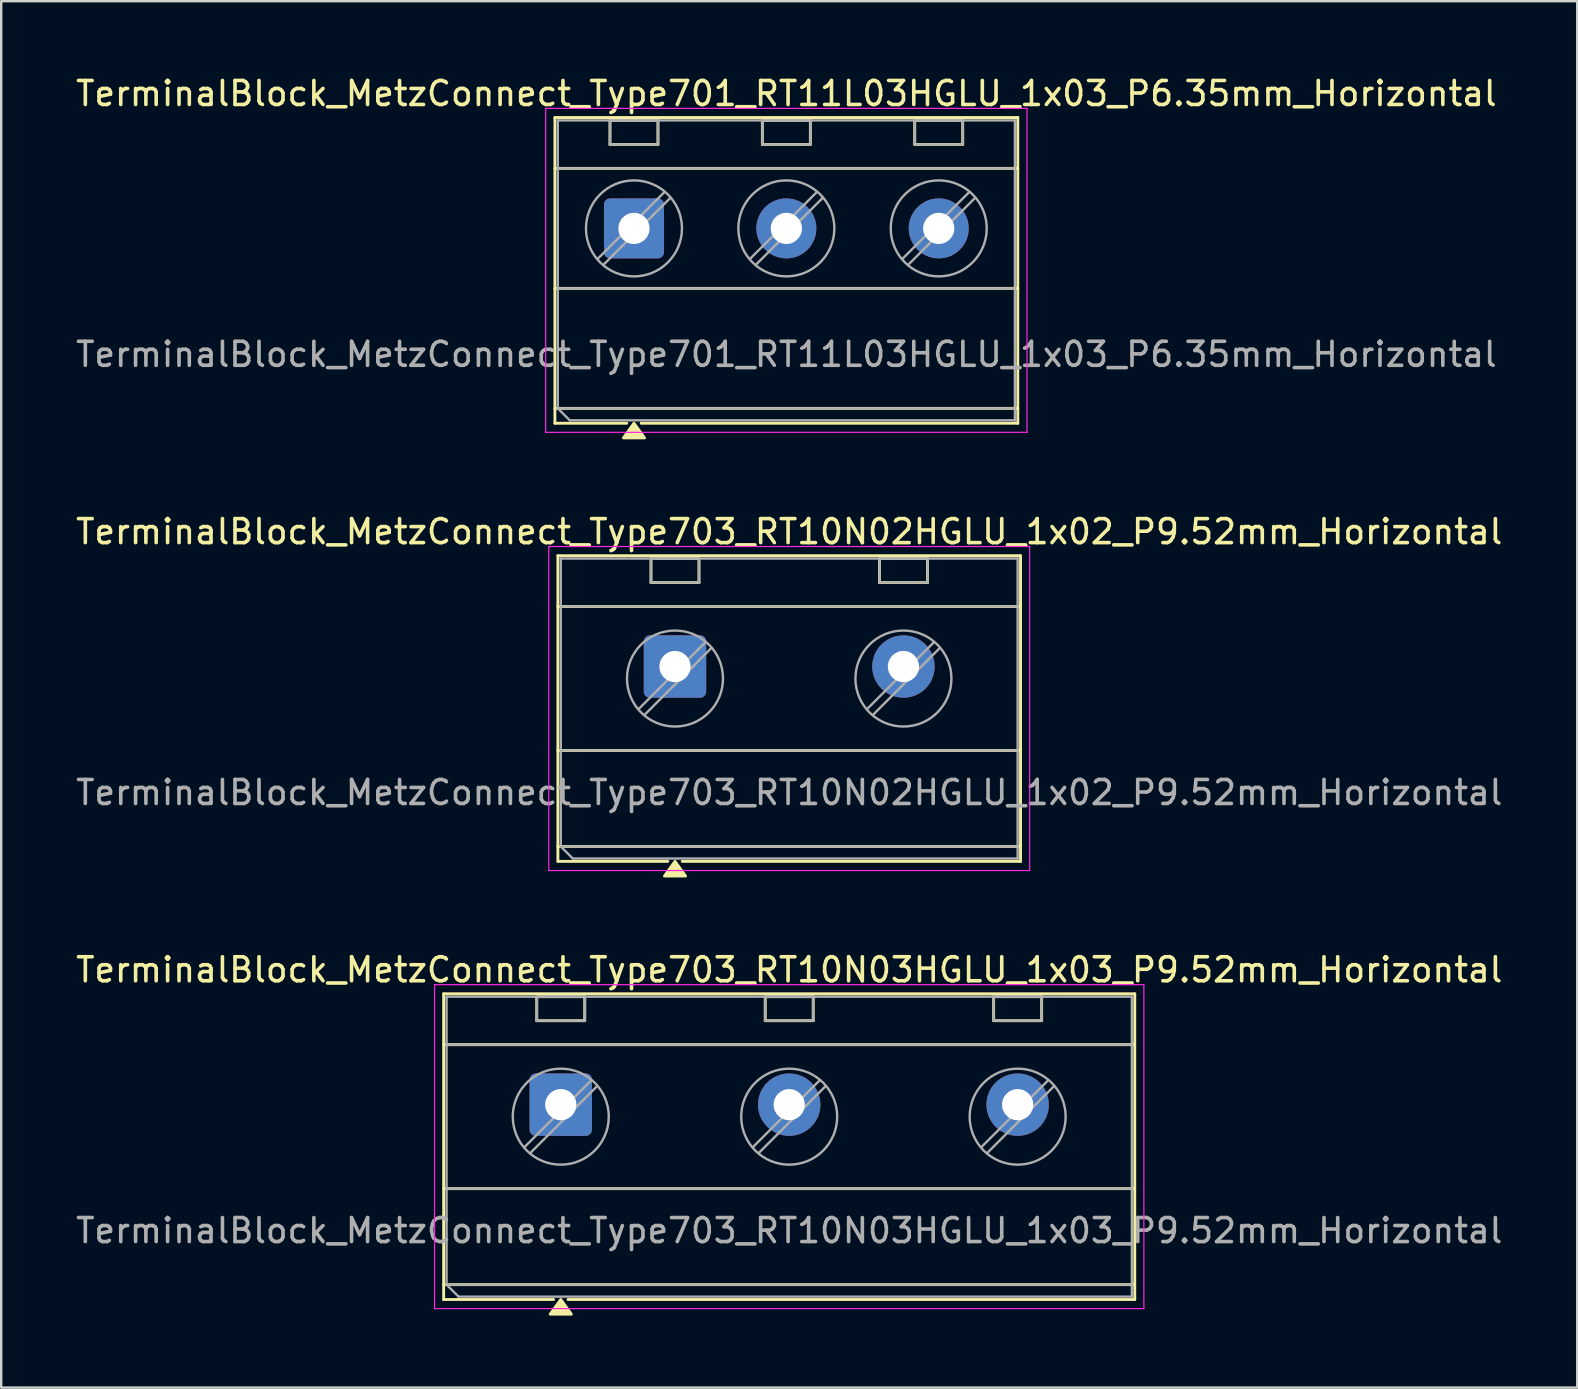
<source format=kicad_pcb>
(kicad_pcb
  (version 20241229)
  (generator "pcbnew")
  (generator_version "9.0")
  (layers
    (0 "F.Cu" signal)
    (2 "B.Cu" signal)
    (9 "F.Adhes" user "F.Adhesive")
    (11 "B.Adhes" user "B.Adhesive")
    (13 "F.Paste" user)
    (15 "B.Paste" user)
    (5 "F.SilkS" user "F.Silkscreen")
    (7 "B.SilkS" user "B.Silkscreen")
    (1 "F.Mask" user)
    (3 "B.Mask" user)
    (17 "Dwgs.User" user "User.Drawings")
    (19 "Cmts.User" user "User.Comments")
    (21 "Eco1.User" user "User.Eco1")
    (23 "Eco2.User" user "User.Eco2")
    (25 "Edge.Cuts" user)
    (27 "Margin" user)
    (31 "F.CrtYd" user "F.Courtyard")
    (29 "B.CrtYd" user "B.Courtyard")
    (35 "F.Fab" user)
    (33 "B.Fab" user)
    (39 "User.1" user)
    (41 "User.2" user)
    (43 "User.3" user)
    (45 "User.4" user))
  (footprint "TerminalBlock_MetzConnect_Type703_RT10N03HGLU_1x03_P9.52mm_Horizontal"
    (layer "F.Cu")
    (at 20.319 42.985)
    (property "Reference" "TerminalBlock_MetzConnect_Type703_RT10N03HGLU_1x03_P9.52mm_Horizontal" (at 9.52 -5.62 0) (layer "F.SilkS") (effects (font (size 1 1) (thickness 0.15))))
    (attr through_hole)
    (fp_line (start -4.88 -4.62) (end -4.88 8.12) (stroke (width 0.12) (type solid)) (layer "F.SilkS"))
    (fp_line (start -4.88 -4.62) (end 23.92 -4.62) (stroke (width 0.12) (type solid)) (layer "F.SilkS"))
    (fp_line (start -4.88 -2.5) (end 23.92 -2.5) (stroke (width 0.12) (type solid)) (layer "F.SilkS"))
    (fp_line (start -4.88 3.5) (end 23.92 3.5) (stroke (width 0.12) (type solid)) (layer "F.SilkS"))
    (fp_line (start -4.88 7.5) (end 23.92 7.5) (stroke (width 0.12) (type solid)) (layer "F.SilkS"))
    (fp_line (start -4.88 8.12) (end -0.3 8.12) (stroke (width 0.12) (type solid)) (layer "F.SilkS"))
    (fp_line (start -1 -4.5) (end -1 -3.5) (stroke (width 0.12) (type solid)) (layer "F.SilkS"))
    (fp_line (start -1 -4.5) (end 1 -4.5) (stroke (width 0.12) (type solid)) (layer "F.SilkS"))
    (fp_line (start -1 -3.5) (end 1 -3.5) (stroke (width 0.12) (type solid)) (layer "F.SilkS"))
    (fp_line (start 0.3 8.12) (end 23.92 8.12) (stroke (width 0.12) (type solid)) (layer "F.SilkS"))
    (fp_line (start 1 -4.5) (end 1 -3.5) (stroke (width 0.12) (type solid)) (layer "F.SilkS"))
    (fp_line (start 8.52 -4.5) (end 8.52 -3.5) (stroke (width 0.12) (type solid)) (layer "F.SilkS"))
    (fp_line (start 8.52 -4.5) (end 10.52 -4.5) (stroke (width 0.12) (type solid)) (layer "F.SilkS"))
    (fp_line (start 8.52 -3.5) (end 10.52 -3.5) (stroke (width 0.12) (type solid)) (layer "F.SilkS"))
    (fp_line (start 10.52 -4.5) (end 10.52 -3.5) (stroke (width 0.12) (type solid)) (layer "F.SilkS"))
    (fp_line (start 18.04 -4.5) (end 18.04 -3.5) (stroke (width 0.12) (type solid)) (layer "F.SilkS"))
    (fp_line (start 18.04 -4.5) (end 20.04 -4.5) (stroke (width 0.12) (type solid)) (layer "F.SilkS"))
    (fp_line (start 18.04 -3.5) (end 20.04 -3.5) (stroke (width 0.12) (type solid)) (layer "F.SilkS"))
    (fp_line (start 20.04 -4.5) (end 20.04 -3.5) (stroke (width 0.12) (type solid)) (layer "F.SilkS"))
    (fp_line (start 23.92 -4.62) (end 23.92 8.12) (stroke (width 0.12) (type solid)) (layer "F.SilkS"))
    (fp_poly (pts (xy 0 8.12) (xy 0.44 8.73) (xy -0.44 8.73)) (stroke (width 0.12) (type solid)) (fill yes) (layer "F.SilkS"))
    (fp_line (start -5.26 -5) (end -5.26 8.5) (stroke (width 0.05) (type solid)) (layer "F.CrtYd"))
    (fp_line (start -5.26 8.5) (end 24.3 8.5) (stroke (width 0.05) (type solid)) (layer "F.CrtYd"))
    (fp_line (start 24.3 -5) (end -5.26 -5) (stroke (width 0.05) (type solid)) (layer "F.CrtYd"))
    (fp_line (start 24.3 8.5) (end 24.3 -5) (stroke (width 0.05) (type solid)) (layer "F.CrtYd"))
    (fp_line (start -4.76 -4.5) (end 23.8 -4.5) (stroke (width 0.1) (type solid)) (layer "F.Fab"))
    (fp_line (start -4.76 -2.5) (end 23.8 -2.5) (stroke (width 0.1) (type solid)) (layer "F.Fab"))
    (fp_line (start -4.76 3.5) (end 23.8 3.5) (stroke (width 0.1) (type solid)) (layer "F.Fab"))
    (fp_line (start -4.76 7.5) (end -4.76 -4.5) (stroke (width 0.1) (type solid)) (layer "F.Fab"))
    (fp_line (start -4.76 7.5) (end 23.8 7.5) (stroke (width 0.1) (type solid)) (layer "F.Fab"))
    (fp_line (start -4.26 8) (end -4.76 7.5) (stroke (width 0.1) (type solid)) (layer "F.Fab"))
    (fp_line (start -1 -4.5) (end -1 -3.5) (stroke (width 0.1) (type solid)) (layer "F.Fab"))
    (fp_line (start -1 -3.5) (end 1 -3.5) (stroke (width 0.1) (type solid)) (layer "F.Fab"))
    (fp_line (start 1 -4.5) (end -1 -4.5) (stroke (width 0.1) (type solid)) (layer "F.Fab"))
    (fp_line (start 1 -3.5) (end 1 -4.5) (stroke (width 0.1) (type solid)) (layer "F.Fab"))
    (fp_line (start 1.273 -1.017) (end -1.517 1.773) (stroke (width 0.1) (type solid)) (layer "F.Fab"))
    (fp_line (start 1.517 -0.773) (end -1.273 2.017) (stroke (width 0.1) (type solid)) (layer "F.Fab"))
    (fp_line (start 8.52 -4.5) (end 8.52 -3.5) (stroke (width 0.1) (type solid)) (layer "F.Fab"))
    (fp_line (start 8.52 -3.5) (end 10.52 -3.5) (stroke (width 0.1) (type solid)) (layer "F.Fab"))
    (fp_line (start 10.52 -4.5) (end 8.52 -4.5) (stroke (width 0.1) (type solid)) (layer "F.Fab"))
    (fp_line (start 10.52 -3.5) (end 10.52 -4.5) (stroke (width 0.1) (type solid)) (layer "F.Fab"))
    (fp_line (start 10.793 -1.017) (end 8.003 1.773) (stroke (width 0.1) (type solid)) (layer "F.Fab"))
    (fp_line (start 11.037 -0.773) (end 8.247 2.017) (stroke (width 0.1) (type solid)) (layer "F.Fab"))
    (fp_line (start 18.04 -4.5) (end 18.04 -3.5) (stroke (width 0.1) (type solid)) (layer "F.Fab"))
    (fp_line (start 18.04 -3.5) (end 20.04 -3.5) (stroke (width 0.1) (type solid)) (layer "F.Fab"))
    (fp_line (start 20.04 -4.5) (end 18.04 -4.5) (stroke (width 0.1) (type solid)) (layer "F.Fab"))
    (fp_line (start 20.04 -3.5) (end 20.04 -4.5) (stroke (width 0.1) (type solid)) (layer "F.Fab"))
    (fp_line (start 20.313 -1.017) (end 17.523 1.773) (stroke (width 0.1) (type solid)) (layer "F.Fab"))
    (fp_line (start 20.557 -0.773) (end 17.767 2.017) (stroke (width 0.1) (type solid)) (layer "F.Fab"))
    (fp_line (start 23.8 -4.5) (end 23.8 8) (stroke (width 0.1) (type solid)) (layer "F.Fab"))
    (fp_line (start 23.8 8) (end -4.26 8) (stroke (width 0.1) (type solid)) (layer "F.Fab"))
    (fp_circle (center 0 0.5) (end 2 0.5) (stroke (width 0.1) (type solid)) (fill no) (layer "F.Fab"))
    (fp_circle (center 9.52 0.5) (end 11.52 0.5) (stroke (width 0.1) (type solid)) (fill no) (layer "F.Fab"))
    (fp_circle (center 19.04 0.5) (end 21.04 0.5) (stroke (width 0.1) (type solid)) (fill no) (layer "F.Fab"))
    (fp_text user "${REFERENCE}" (at 9.52 5.25 0) (layer "F.Fab") (effects (font (size 1 1) (thickness 0.15))))
    (pad "1" thru_hole roundrect (at 0 0) (size 2.6 2.6) (drill 1.3) (layers "*.Cu" "*.Mask") (roundrect_rratio 0.096))
    (pad "2" thru_hole circle (at 9.52 0) (size 2.6 2.6) (drill 1.3) (layers "*.Cu" "*.Mask"))
    (pad "3" thru_hole circle (at 19.04 0) (size 2.6 2.6) (drill 1.3) (layers "*.Cu" "*.Mask")))
  (footprint "TerminalBlock_MetzConnect_Type701_RT11L03HGLU_1x03_P6.35mm_Horizontal"
    (layer "F.Cu")
    (at 23.37 6.468)
    (property "Reference" "TerminalBlock_MetzConnect_Type701_RT11L03HGLU_1x03_P6.35mm_Horizontal" (at 6.35 -5.62 0) (layer "F.SilkS") (effects (font (size 1 1) (thickness 0.15))))
    (attr through_hole)
    (fp_line (start -3.295 -4.62) (end -3.295 8.12) (stroke (width 0.12) (type solid)) (layer "F.SilkS"))
    (fp_line (start -3.295 -4.62) (end 15.995 -4.62) (stroke (width 0.12) (type solid)) (layer "F.SilkS"))
    (fp_line (start -3.295 -2.5) (end 15.995 -2.5) (stroke (width 0.12) (type solid)) (layer "F.SilkS"))
    (fp_line (start -3.295 2.5) (end 15.995 2.5) (stroke (width 0.12) (type solid)) (layer "F.SilkS"))
    (fp_line (start -3.295 7.5) (end 15.995 7.5) (stroke (width 0.12) (type solid)) (layer "F.SilkS"))
    (fp_line (start -3.295 8.12) (end -0.3 8.12) (stroke (width 0.12) (type solid)) (layer "F.SilkS"))
    (fp_line (start -1 -4.5) (end -1 -3.5) (stroke (width 0.12) (type solid)) (layer "F.SilkS"))
    (fp_line (start -1 -4.5) (end 1 -4.5) (stroke (width 0.12) (type solid)) (layer "F.SilkS"))
    (fp_line (start -1 -3.5) (end 1 -3.5) (stroke (width 0.12) (type solid)) (layer "F.SilkS"))
    (fp_line (start 0.3 8.12) (end 15.995 8.12) (stroke (width 0.12) (type solid)) (layer "F.SilkS"))
    (fp_line (start 1 -4.5) (end 1 -3.5) (stroke (width 0.12) (type solid)) (layer "F.SilkS"))
    (fp_line (start 5.35 -4.5) (end 5.35 -3.5) (stroke (width 0.12) (type solid)) (layer "F.SilkS"))
    (fp_line (start 5.35 -4.5) (end 7.35 -4.5) (stroke (width 0.12) (type solid)) (layer "F.SilkS"))
    (fp_line (start 5.35 -3.5) (end 7.35 -3.5) (stroke (width 0.12) (type solid)) (layer "F.SilkS"))
    (fp_line (start 7.35 -4.5) (end 7.35 -3.5) (stroke (width 0.12) (type solid)) (layer "F.SilkS"))
    (fp_line (start 11.7 -4.5) (end 11.7 -3.5) (stroke (width 0.12) (type solid)) (layer "F.SilkS"))
    (fp_line (start 11.7 -4.5) (end 13.7 -4.5) (stroke (width 0.12) (type solid)) (layer "F.SilkS"))
    (fp_line (start 11.7 -3.5) (end 13.7 -3.5) (stroke (width 0.12) (type solid)) (layer "F.SilkS"))
    (fp_line (start 13.7 -4.5) (end 13.7 -3.5) (stroke (width 0.12) (type solid)) (layer "F.SilkS"))
    (fp_line (start 15.995 -4.62) (end 15.995 8.12) (stroke (width 0.12) (type solid)) (layer "F.SilkS"))
    (fp_poly (pts (xy 0 8.12) (xy 0.44 8.73) (xy -0.44 8.73)) (stroke (width 0.12) (type solid)) (fill yes) (layer "F.SilkS"))
    (fp_line (start -3.68 -5) (end -3.68 8.5) (stroke (width 0.05) (type solid)) (layer "F.CrtYd"))
    (fp_line (start -3.68 8.5) (end 16.38 8.5) (stroke (width 0.05) (type solid)) (layer "F.CrtYd"))
    (fp_line (start 16.38 -5) (end -3.68 -5) (stroke (width 0.05) (type solid)) (layer "F.CrtYd"))
    (fp_line (start 16.38 8.5) (end 16.38 -5) (stroke (width 0.05) (type solid)) (layer "F.CrtYd"))
    (fp_line (start -3.175 -4.5) (end 15.875 -4.5) (stroke (width 0.1) (type solid)) (layer "F.Fab"))
    (fp_line (start -3.175 -2.5) (end 15.875 -2.5) (stroke (width 0.1) (type solid)) (layer "F.Fab"))
    (fp_line (start -3.175 2.5) (end 15.875 2.5) (stroke (width 0.1) (type solid)) (layer "F.Fab"))
    (fp_line (start -3.175 7.5) (end -3.175 -4.5) (stroke (width 0.1) (type solid)) (layer "F.Fab"))
    (fp_line (start -3.175 7.5) (end 15.875 7.5) (stroke (width 0.1) (type solid)) (layer "F.Fab"))
    (fp_line (start -2.675 8) (end -3.175 7.5) (stroke (width 0.1) (type solid)) (layer "F.Fab"))
    (fp_line (start -1 -4.5) (end -1 -3.5) (stroke (width 0.1) (type solid)) (layer "F.Fab"))
    (fp_line (start -1 -3.5) (end 1 -3.5) (stroke (width 0.1) (type solid)) (layer "F.Fab"))
    (fp_line (start 1 -4.5) (end -1 -4.5) (stroke (width 0.1) (type solid)) (layer "F.Fab"))
    (fp_line (start 1 -3.5) (end 1 -4.5) (stroke (width 0.1) (type solid)) (layer "F.Fab"))
    (fp_line (start 1.273 -1.517) (end -1.517 1.273) (stroke (width 0.1) (type solid)) (layer "F.Fab"))
    (fp_line (start 1.517 -1.273) (end -1.273 1.517) (stroke (width 0.1) (type solid)) (layer "F.Fab"))
    (fp_line (start 5.35 -4.5) (end 5.35 -3.5) (stroke (width 0.1) (type solid)) (layer "F.Fab"))
    (fp_line (start 5.35 -3.5) (end 7.35 -3.5) (stroke (width 0.1) (type solid)) (layer "F.Fab"))
    (fp_line (start 7.35 -4.5) (end 5.35 -4.5) (stroke (width 0.1) (type solid)) (layer "F.Fab"))
    (fp_line (start 7.35 -3.5) (end 7.35 -4.5) (stroke (width 0.1) (type solid)) (layer "F.Fab"))
    (fp_line (start 7.623 -1.517) (end 4.833 1.273) (stroke (width 0.1) (type solid)) (layer "F.Fab"))
    (fp_line (start 7.867 -1.273) (end 5.077 1.517) (stroke (width 0.1) (type solid)) (layer "F.Fab"))
    (fp_line (start 11.7 -4.5) (end 11.7 -3.5) (stroke (width 0.1) (type solid)) (layer "F.Fab"))
    (fp_line (start 11.7 -3.5) (end 13.7 -3.5) (stroke (width 0.1) (type solid)) (layer "F.Fab"))
    (fp_line (start 13.7 -4.5) (end 11.7 -4.5) (stroke (width 0.1) (type solid)) (layer "F.Fab"))
    (fp_line (start 13.7 -3.5) (end 13.7 -4.5) (stroke (width 0.1) (type solid)) (layer "F.Fab"))
    (fp_line (start 13.973 -1.517) (end 11.183 1.273) (stroke (width 0.1) (type solid)) (layer "F.Fab"))
    (fp_line (start 14.217 -1.273) (end 11.427 1.517) (stroke (width 0.1) (type solid)) (layer "F.Fab"))
    (fp_line (start 15.875 -4.5) (end 15.875 8) (stroke (width 0.1) (type solid)) (layer "F.Fab"))
    (fp_line (start 15.875 8) (end -2.675 8) (stroke (width 0.1) (type solid)) (layer "F.Fab"))
    (fp_circle (center 0 0) (end 2 0) (stroke (width 0.1) (type solid)) (fill no) (layer "F.Fab"))
    (fp_circle (center 6.35 0) (end 8.35 0) (stroke (width 0.1) (type solid)) (fill no) (layer "F.Fab"))
    (fp_circle (center 12.7 0) (end 14.7 0) (stroke (width 0.1) (type solid)) (fill no) (layer "F.Fab"))
    (fp_text user "${REFERENCE}" (at 6.35 5.25 0) (layer "F.Fab") (effects (font (size 1 1) (thickness 0.15))))
    (pad "1" thru_hole roundrect (at 0 0) (size 2.5 2.5) (drill 1.3) (layers "*.Cu" "*.Mask") (roundrect_rratio 0.1))
    (pad "2" thru_hole circle (at 6.35 0) (size 2.5 2.5) (drill 1.3) (layers "*.Cu" "*.Mask"))
    (pad "3" thru_hole circle (at 12.7 0) (size 2.5 2.5) (drill 1.3) (layers "*.Cu" "*.Mask")))
  (footprint "TerminalBlock_MetzConnect_Type703_RT10N02HGLU_1x02_P9.52mm_Horizontal"
    (layer "F.Cu")
    (at 25.079 24.727)
    (property "Reference" "TerminalBlock_MetzConnect_Type703_RT10N02HGLU_1x02_P9.52mm_Horizontal" (at 4.76 -5.62 0) (layer "F.SilkS") (effects (font (size 1 1) (thickness 0.15))))
    (attr through_hole)
    (fp_line (start -4.88 -4.62) (end -4.88 8.12) (stroke (width 0.12) (type solid)) (layer "F.SilkS"))
    (fp_line (start -4.88 -4.62) (end 14.4 -4.62) (stroke (width 0.12) (type solid)) (layer "F.SilkS"))
    (fp_line (start -4.88 -2.5) (end 14.4 -2.5) (stroke (width 0.12) (type solid)) (layer "F.SilkS"))
    (fp_line (start -4.88 3.5) (end 14.4 3.5) (stroke (width 0.12) (type solid)) (layer "F.SilkS"))
    (fp_line (start -4.88 7.5) (end 14.4 7.5) (stroke (width 0.12) (type solid)) (layer "F.SilkS"))
    (fp_line (start -4.88 8.12) (end -0.3 8.12) (stroke (width 0.12) (type solid)) (layer "F.SilkS"))
    (fp_line (start -1 -4.5) (end -1 -3.5) (stroke (width 0.12) (type solid)) (layer "F.SilkS"))
    (fp_line (start -1 -4.5) (end 1 -4.5) (stroke (width 0.12) (type solid)) (layer "F.SilkS"))
    (fp_line (start -1 -3.5) (end 1 -3.5) (stroke (width 0.12) (type solid)) (layer "F.SilkS"))
    (fp_line (start 0.3 8.12) (end 14.4 8.12) (stroke (width 0.12) (type solid)) (layer "F.SilkS"))
    (fp_line (start 1 -4.5) (end 1 -3.5) (stroke (width 0.12) (type solid)) (layer "F.SilkS"))
    (fp_line (start 8.52 -4.5) (end 8.52 -3.5) (stroke (width 0.12) (type solid)) (layer "F.SilkS"))
    (fp_line (start 8.52 -4.5) (end 10.52 -4.5) (stroke (width 0.12) (type solid)) (layer "F.SilkS"))
    (fp_line (start 8.52 -3.5) (end 10.52 -3.5) (stroke (width 0.12) (type solid)) (layer "F.SilkS"))
    (fp_line (start 10.52 -4.5) (end 10.52 -3.5) (stroke (width 0.12) (type solid)) (layer "F.SilkS"))
    (fp_line (start 14.4 -4.62) (end 14.4 8.12) (stroke (width 0.12) (type solid)) (layer "F.SilkS"))
    (fp_poly (pts (xy 0 8.12) (xy 0.44 8.73) (xy -0.44 8.73)) (stroke (width 0.12) (type solid)) (fill yes) (layer "F.SilkS"))
    (fp_line (start -5.26 -5) (end -5.26 8.5) (stroke (width 0.05) (type solid)) (layer "F.CrtYd"))
    (fp_line (start -5.26 8.5) (end 14.78 8.5) (stroke (width 0.05) (type solid)) (layer "F.CrtYd"))
    (fp_line (start 14.78 -5) (end -5.26 -5) (stroke (width 0.05) (type solid)) (layer "F.CrtYd"))
    (fp_line (start 14.78 8.5) (end 14.78 -5) (stroke (width 0.05) (type solid)) (layer "F.CrtYd"))
    (fp_line (start -4.76 -4.5) (end 14.28 -4.5) (stroke (width 0.1) (type solid)) (layer "F.Fab"))
    (fp_line (start -4.76 -2.5) (end 14.28 -2.5) (stroke (width 0.1) (type solid)) (layer "F.Fab"))
    (fp_line (start -4.76 3.5) (end 14.28 3.5) (stroke (width 0.1) (type solid)) (layer "F.Fab"))
    (fp_line (start -4.76 7.5) (end -4.76 -4.5) (stroke (width 0.1) (type solid)) (layer "F.Fab"))
    (fp_line (start -4.76 7.5) (end 14.28 7.5) (stroke (width 0.1) (type solid)) (layer "F.Fab"))
    (fp_line (start -4.26 8) (end -4.76 7.5) (stroke (width 0.1) (type solid)) (layer "F.Fab"))
    (fp_line (start -1 -4.5) (end -1 -3.5) (stroke (width 0.1) (type solid)) (layer "F.Fab"))
    (fp_line (start -1 -3.5) (end 1 -3.5) (stroke (width 0.1) (type solid)) (layer "F.Fab"))
    (fp_line (start 1 -4.5) (end -1 -4.5) (stroke (width 0.1) (type solid)) (layer "F.Fab"))
    (fp_line (start 1 -3.5) (end 1 -4.5) (stroke (width 0.1) (type solid)) (layer "F.Fab"))
    (fp_line (start 1.273 -1.017) (end -1.517 1.773) (stroke (width 0.1) (type solid)) (layer "F.Fab"))
    (fp_line (start 1.517 -0.773) (end -1.273 2.017) (stroke (width 0.1) (type solid)) (layer "F.Fab"))
    (fp_line (start 8.52 -4.5) (end 8.52 -3.5) (stroke (width 0.1) (type solid)) (layer "F.Fab"))
    (fp_line (start 8.52 -3.5) (end 10.52 -3.5) (stroke (width 0.1) (type solid)) (layer "F.Fab"))
    (fp_line (start 10.52 -4.5) (end 8.52 -4.5) (stroke (width 0.1) (type solid)) (layer "F.Fab"))
    (fp_line (start 10.52 -3.5) (end 10.52 -4.5) (stroke (width 0.1) (type solid)) (layer "F.Fab"))
    (fp_line (start 10.793 -1.017) (end 8.003 1.773) (stroke (width 0.1) (type solid)) (layer "F.Fab"))
    (fp_line (start 11.037 -0.773) (end 8.247 2.017) (stroke (width 0.1) (type solid)) (layer "F.Fab"))
    (fp_line (start 14.28 -4.5) (end 14.28 8) (stroke (width 0.1) (type solid)) (layer "F.Fab"))
    (fp_line (start 14.28 8) (end -4.26 8) (stroke (width 0.1) (type solid)) (layer "F.Fab"))
    (fp_circle (center 0 0.5) (end 2 0.5) (stroke (width 0.1) (type solid)) (fill no) (layer "F.Fab"))
    (fp_circle (center 9.52 0.5) (end 11.52 0.5) (stroke (width 0.1) (type solid)) (fill no) (layer "F.Fab"))
    (fp_text user "${REFERENCE}" (at 4.76 5.25 0) (layer "F.Fab") (effects (font (size 1 1) (thickness 0.15))))
    (pad "1" thru_hole roundrect (at 0 0) (size 2.6 2.6) (drill 1.3) (layers "*.Cu" "*.Mask") (roundrect_rratio 0.096))
    (pad "2" thru_hole circle (at 9.52 0) (size 2.6 2.6) (drill 1.3) (layers "*.Cu" "*.Mask")))
  (gr_rect
    (start -3 -3)
    (end 62.679 54.775)
    (stroke (width 0.1) (type default))
    (fill no)
    (layer "Edge.Cuts")))
</source>
